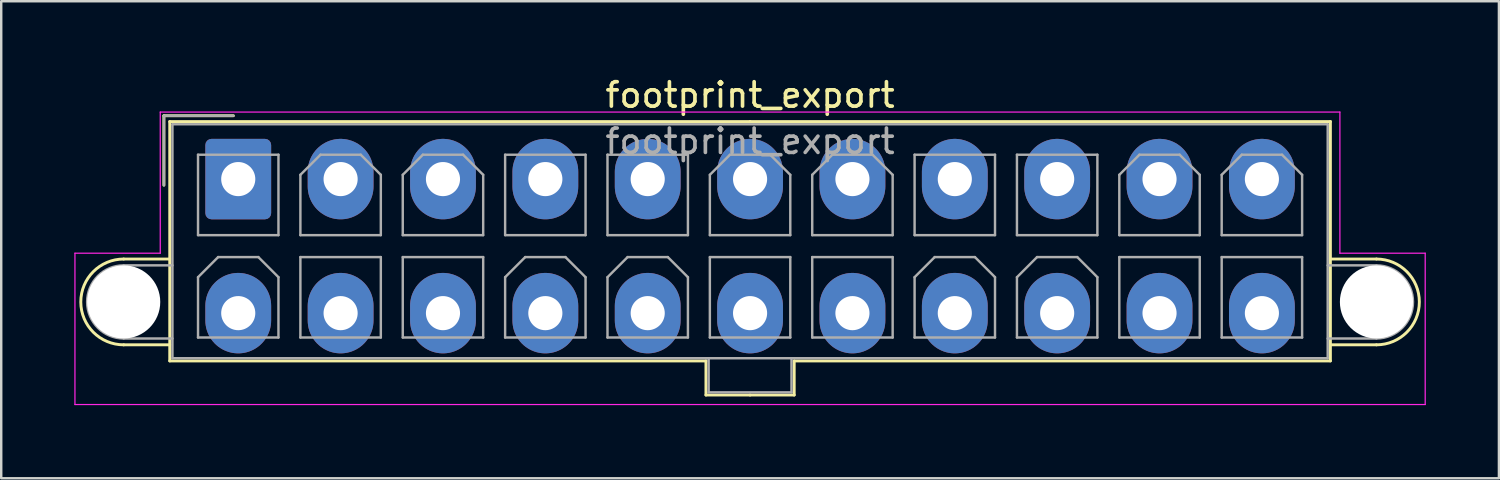
<source format=kicad_pcb>
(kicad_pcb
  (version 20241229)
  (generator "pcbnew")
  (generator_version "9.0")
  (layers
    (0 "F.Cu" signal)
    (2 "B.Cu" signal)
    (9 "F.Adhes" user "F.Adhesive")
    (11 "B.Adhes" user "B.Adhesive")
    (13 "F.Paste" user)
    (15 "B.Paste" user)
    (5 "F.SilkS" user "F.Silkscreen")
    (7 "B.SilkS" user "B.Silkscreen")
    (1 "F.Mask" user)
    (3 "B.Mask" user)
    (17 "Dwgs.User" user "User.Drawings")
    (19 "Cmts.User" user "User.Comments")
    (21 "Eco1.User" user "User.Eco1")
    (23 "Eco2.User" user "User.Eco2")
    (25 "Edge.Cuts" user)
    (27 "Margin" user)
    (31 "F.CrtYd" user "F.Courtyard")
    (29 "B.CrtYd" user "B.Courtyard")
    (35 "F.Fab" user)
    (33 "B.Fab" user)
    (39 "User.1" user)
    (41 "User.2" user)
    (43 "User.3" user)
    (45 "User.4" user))
  (footprint "footprint_export"
    (layer "F.Cu")
    (at 6.725 4.298)
    (property "Reference" "footprint_export" (at 21 -3.45 0) (layer "F.SilkS") (effects (font (size 1 1) (thickness 0.15))))
    (attr through_hole)
    (fp_line (start -4.7 3.28) (end -2.81 3.28) (stroke (width 0.12) (type solid)) (layer "F.SilkS"))
    (fp_line (start -4.7 6.8) (end -2.81 6.8) (stroke (width 0.12) (type solid)) (layer "F.SilkS"))
    (fp_line (start -3.05 -2.6) (end -3.05 0.25) (stroke (width 0.12) (type solid)) (layer "F.SilkS"))
    (fp_line (start -2.81 -2.36) (end -2.81 7.46) (stroke (width 0.12) (type solid)) (layer "F.SilkS"))
    (fp_line (start -2.81 7.46) (end 19.19 7.46) (stroke (width 0.12) (type solid)) (layer "F.SilkS"))
    (fp_line (start -0.2 -2.6) (end -3.05 -2.6) (stroke (width 0.12) (type solid)) (layer "F.SilkS"))
    (fp_line (start 19.19 7.46) (end 19.19 8.86) (stroke (width 0.12) (type solid)) (layer "F.SilkS"))
    (fp_line (start 19.19 8.86) (end 21 8.86) (stroke (width 0.12) (type solid)) (layer "F.SilkS"))
    (fp_line (start 21 -2.36) (end -2.81 -2.36) (stroke (width 0.12) (type solid)) (layer "F.SilkS"))
    (fp_line (start 21 -2.36) (end 44.81 -2.36) (stroke (width 0.12) (type solid)) (layer "F.SilkS"))
    (fp_line (start 22.81 7.46) (end 22.81 8.86) (stroke (width 0.12) (type solid)) (layer "F.SilkS"))
    (fp_line (start 22.81 8.86) (end 21 8.86) (stroke (width 0.12) (type solid)) (layer "F.SilkS"))
    (fp_line (start 44.81 -2.36) (end 44.81 7.46) (stroke (width 0.12) (type solid)) (layer "F.SilkS"))
    (fp_line (start 44.81 7.46) (end 22.81 7.46) (stroke (width 0.12) (type solid)) (layer "F.SilkS"))
    (fp_line (start 46.7 3.28) (end 44.81 3.28) (stroke (width 0.12) (type solid)) (layer "F.SilkS"))
    (fp_line (start 46.7 6.8) (end 44.81 6.8) (stroke (width 0.12) (type solid)) (layer "F.SilkS"))
    (fp_arc (start -4.7 6.8) (mid -6.46 5.04) (end -4.7 3.28) (stroke (width 0.12) (type solid)) (layer "F.SilkS"))
    (fp_arc (start 46.7 3.28) (mid 48.46 5.04) (end 46.7 6.8) (stroke (width 0.12) (type solid)) (layer "F.SilkS"))
    (fp_line (start -6.7 3.04) (end -6.7 9.25) (stroke (width 0.05) (type solid)) (layer "F.CrtYd"))
    (fp_line (start -6.7 9.25) (end 48.7 9.25) (stroke (width 0.05) (type solid)) (layer "F.CrtYd"))
    (fp_line (start -3.2 -2.75) (end -3.2 3.04) (stroke (width 0.05) (type solid)) (layer "F.CrtYd"))
    (fp_line (start -3.2 3.04) (end -6.7 3.04) (stroke (width 0.05) (type solid)) (layer "F.CrtYd"))
    (fp_line (start 45.2 -2.75) (end -3.2 -2.75) (stroke (width 0.05) (type solid)) (layer "F.CrtYd"))
    (fp_line (start 45.2 3.04) (end 45.2 -2.75) (stroke (width 0.05) (type solid)) (layer "F.CrtYd"))
    (fp_line (start 48.7 3.04) (end 45.2 3.04) (stroke (width 0.05) (type solid)) (layer "F.CrtYd"))
    (fp_line (start 48.7 9.25) (end 48.7 3.04) (stroke (width 0.05) (type solid)) (layer "F.CrtYd"))
    (fp_line (start -4.7 3.54) (end -2.7 3.54) (stroke (width 0.1) (type solid)) (layer "F.Fab"))
    (fp_line (start -4.7 6.54) (end -2.7 6.54) (stroke (width 0.1) (type solid)) (layer "F.Fab"))
    (fp_line (start -3.05 -2.6) (end -3.05 0.25) (stroke (width 0.1) (type solid)) (layer "F.Fab"))
    (fp_line (start -2.7 -2.25) (end -2.7 7.35) (stroke (width 0.1) (type solid)) (layer "F.Fab"))
    (fp_line (start -2.7 7.35) (end 44.7 7.35) (stroke (width 0.1) (type solid)) (layer "F.Fab"))
    (fp_line (start -1.65 -1) (end -1.65 2.3) (stroke (width 0.1) (type solid)) (layer "F.Fab"))
    (fp_line (start -1.65 2.3) (end 1.65 2.3) (stroke (width 0.1) (type solid)) (layer "F.Fab"))
    (fp_line (start -1.65 4.025) (end -0.825 3.2) (stroke (width 0.1) (type solid)) (layer "F.Fab"))
    (fp_line (start -1.65 6.5) (end -1.65 4.025) (stroke (width 0.1) (type solid)) (layer "F.Fab"))
    (fp_line (start -0.825 3.2) (end 0.825 3.2) (stroke (width 0.1) (type solid)) (layer "F.Fab"))
    (fp_line (start -0.2 -2.6) (end -3.05 -2.6) (stroke (width 0.1) (type solid)) (layer "F.Fab"))
    (fp_line (start 0.825 3.2) (end 1.65 4.025) (stroke (width 0.1) (type solid)) (layer "F.Fab"))
    (fp_line (start 1.65 -1) (end -1.65 -1) (stroke (width 0.1) (type solid)) (layer "F.Fab"))
    (fp_line (start 1.65 2.3) (end 1.65 -1) (stroke (width 0.1) (type solid)) (layer "F.Fab"))
    (fp_line (start 1.65 4.025) (end 1.65 6.5) (stroke (width 0.1) (type solid)) (layer "F.Fab"))
    (fp_line (start 1.65 6.5) (end -1.65 6.5) (stroke (width 0.1) (type solid)) (layer "F.Fab"))
    (fp_line (start 2.55 -0.175) (end 3.375 -1) (stroke (width 0.1) (type solid)) (layer "F.Fab"))
    (fp_line (start 2.55 2.3) (end 2.55 -0.175) (stroke (width 0.1) (type solid)) (layer "F.Fab"))
    (fp_line (start 2.55 3.2) (end 2.55 6.5) (stroke (width 0.1) (type solid)) (layer "F.Fab"))
    (fp_line (start 2.55 6.5) (end 5.85 6.5) (stroke (width 0.1) (type solid)) (layer "F.Fab"))
    (fp_line (start 3.375 -1) (end 5.025 -1) (stroke (width 0.1) (type solid)) (layer "F.Fab"))
    (fp_line (start 5.025 -1) (end 5.85 -0.175) (stroke (width 0.1) (type solid)) (layer "F.Fab"))
    (fp_line (start 5.85 -0.175) (end 5.85 2.3) (stroke (width 0.1) (type solid)) (layer "F.Fab"))
    (fp_line (start 5.85 2.3) (end 2.55 2.3) (stroke (width 0.1) (type solid)) (layer "F.Fab"))
    (fp_line (start 5.85 3.2) (end 2.55 3.2) (stroke (width 0.1) (type solid)) (layer "F.Fab"))
    (fp_line (start 5.85 6.5) (end 5.85 3.2) (stroke (width 0.1) (type solid)) (layer "F.Fab"))
    (fp_line (start 6.75 -0.175) (end 7.575 -1) (stroke (width 0.1) (type solid)) (layer "F.Fab"))
    (fp_line (start 6.75 2.3) (end 6.75 -0.175) (stroke (width 0.1) (type solid)) (layer "F.Fab"))
    (fp_line (start 6.75 3.2) (end 6.75 6.5) (stroke (width 0.1) (type solid)) (layer "F.Fab"))
    (fp_line (start 6.75 6.5) (end 10.05 6.5) (stroke (width 0.1) (type solid)) (layer "F.Fab"))
    (fp_line (start 7.575 -1) (end 9.225 -1) (stroke (width 0.1) (type solid)) (layer "F.Fab"))
    (fp_line (start 9.225 -1) (end 10.05 -0.175) (stroke (width 0.1) (type solid)) (layer "F.Fab"))
    (fp_line (start 10.05 -0.175) (end 10.05 2.3) (stroke (width 0.1) (type solid)) (layer "F.Fab"))
    (fp_line (start 10.05 2.3) (end 6.75 2.3) (stroke (width 0.1) (type solid)) (layer "F.Fab"))
    (fp_line (start 10.05 3.2) (end 6.75 3.2) (stroke (width 0.1) (type solid)) (layer "F.Fab"))
    (fp_line (start 10.05 6.5) (end 10.05 3.2) (stroke (width 0.1) (type solid)) (layer "F.Fab"))
    (fp_line (start 10.95 -1) (end 10.95 2.3) (stroke (width 0.1) (type solid)) (layer "F.Fab"))
    (fp_line (start 10.95 2.3) (end 14.25 2.3) (stroke (width 0.1) (type solid)) (layer "F.Fab"))
    (fp_line (start 10.95 4.025) (end 11.775 3.2) (stroke (width 0.1) (type solid)) (layer "F.Fab"))
    (fp_line (start 10.95 6.5) (end 10.95 4.025) (stroke (width 0.1) (type solid)) (layer "F.Fab"))
    (fp_line (start 11.775 3.2) (end 13.425 3.2) (stroke (width 0.1) (type solid)) (layer "F.Fab"))
    (fp_line (start 13.425 3.2) (end 14.25 4.025) (stroke (width 0.1) (type solid)) (layer "F.Fab"))
    (fp_line (start 14.25 -1) (end 10.95 -1) (stroke (width 0.1) (type solid)) (layer "F.Fab"))
    (fp_line (start 14.25 2.3) (end 14.25 -1) (stroke (width 0.1) (type solid)) (layer "F.Fab"))
    (fp_line (start 14.25 4.025) (end 14.25 6.5) (stroke (width 0.1) (type solid)) (layer "F.Fab"))
    (fp_line (start 14.25 6.5) (end 10.95 6.5) (stroke (width 0.1) (type solid)) (layer "F.Fab"))
    (fp_line (start 15.15 -1) (end 15.15 2.3) (stroke (width 0.1) (type solid)) (layer "F.Fab"))
    (fp_line (start 15.15 2.3) (end 18.45 2.3) (stroke (width 0.1) (type solid)) (layer "F.Fab"))
    (fp_line (start 15.15 4.025) (end 15.975 3.2) (stroke (width 0.1) (type solid)) (layer "F.Fab"))
    (fp_line (start 15.15 6.5) (end 15.15 4.025) (stroke (width 0.1) (type solid)) (layer "F.Fab"))
    (fp_line (start 15.975 3.2) (end 17.625 3.2) (stroke (width 0.1) (type solid)) (layer "F.Fab"))
    (fp_line (start 17.625 3.2) (end 18.45 4.025) (stroke (width 0.1) (type solid)) (layer "F.Fab"))
    (fp_line (start 18.45 -1) (end 15.15 -1) (stroke (width 0.1) (type solid)) (layer "F.Fab"))
    (fp_line (start 18.45 2.3) (end 18.45 -1) (stroke (width 0.1) (type solid)) (layer "F.Fab"))
    (fp_line (start 18.45 4.025) (end 18.45 6.5) (stroke (width 0.1) (type solid)) (layer "F.Fab"))
    (fp_line (start 18.45 6.5) (end 15.15 6.5) (stroke (width 0.1) (type solid)) (layer "F.Fab"))
    (fp_line (start 19.3 7.35) (end 19.3 8.75) (stroke (width 0.1) (type solid)) (layer "F.Fab"))
    (fp_line (start 19.3 8.75) (end 22.7 8.75) (stroke (width 0.1) (type solid)) (layer "F.Fab"))
    (fp_line (start 19.35 -0.175) (end 20.175 -1) (stroke (width 0.1) (type solid)) (layer "F.Fab"))
    (fp_line (start 19.35 2.3) (end 19.35 -0.175) (stroke (width 0.1) (type solid)) (layer "F.Fab"))
    (fp_line (start 19.35 3.2) (end 19.35 6.5) (stroke (width 0.1) (type solid)) (layer "F.Fab"))
    (fp_line (start 19.35 6.5) (end 22.65 6.5) (stroke (width 0.1) (type solid)) (layer "F.Fab"))
    (fp_line (start 20.175 -1) (end 21.825 -1) (stroke (width 0.1) (type solid)) (layer "F.Fab"))
    (fp_line (start 21.825 -1) (end 22.65 -0.175) (stroke (width 0.1) (type solid)) (layer "F.Fab"))
    (fp_line (start 22.65 -0.175) (end 22.65 2.3) (stroke (width 0.1) (type solid)) (layer "F.Fab"))
    (fp_line (start 22.65 2.3) (end 19.35 2.3) (stroke (width 0.1) (type solid)) (layer "F.Fab"))
    (fp_line (start 22.65 3.2) (end 19.35 3.2) (stroke (width 0.1) (type solid)) (layer "F.Fab"))
    (fp_line (start 22.65 6.5) (end 22.65 3.2) (stroke (width 0.1) (type solid)) (layer "F.Fab"))
    (fp_line (start 22.7 8.75) (end 22.7 7.35) (stroke (width 0.1) (type solid)) (layer "F.Fab"))
    (fp_line (start 23.55 -0.175) (end 24.375 -1) (stroke (width 0.1) (type solid)) (layer "F.Fab"))
    (fp_line (start 23.55 2.3) (end 23.55 -0.175) (stroke (width 0.1) (type solid)) (layer "F.Fab"))
    (fp_line (start 23.55 3.2) (end 23.55 6.5) (stroke (width 0.1) (type solid)) (layer "F.Fab"))
    (fp_line (start 23.55 6.5) (end 26.85 6.5) (stroke (width 0.1) (type solid)) (layer "F.Fab"))
    (fp_line (start 24.375 -1) (end 26.025 -1) (stroke (width 0.1) (type solid)) (layer "F.Fab"))
    (fp_line (start 26.025 -1) (end 26.85 -0.175) (stroke (width 0.1) (type solid)) (layer "F.Fab"))
    (fp_line (start 26.85 -0.175) (end 26.85 2.3) (stroke (width 0.1) (type solid)) (layer "F.Fab"))
    (fp_line (start 26.85 2.3) (end 23.55 2.3) (stroke (width 0.1) (type solid)) (layer "F.Fab"))
    (fp_line (start 26.85 3.2) (end 23.55 3.2) (stroke (width 0.1) (type solid)) (layer "F.Fab"))
    (fp_line (start 26.85 6.5) (end 26.85 3.2) (stroke (width 0.1) (type solid)) (layer "F.Fab"))
    (fp_line (start 27.75 -1) (end 27.75 2.3) (stroke (width 0.1) (type solid)) (layer "F.Fab"))
    (fp_line (start 27.75 2.3) (end 31.05 2.3) (stroke (width 0.1) (type solid)) (layer "F.Fab"))
    (fp_line (start 27.75 4.025) (end 28.575 3.2) (stroke (width 0.1) (type solid)) (layer "F.Fab"))
    (fp_line (start 27.75 6.5) (end 27.75 4.025) (stroke (width 0.1) (type solid)) (layer "F.Fab"))
    (fp_line (start 28.575 3.2) (end 30.225 3.2) (stroke (width 0.1) (type solid)) (layer "F.Fab"))
    (fp_line (start 30.225 3.2) (end 31.05 4.025) (stroke (width 0.1) (type solid)) (layer "F.Fab"))
    (fp_line (start 31.05 -1) (end 27.75 -1) (stroke (width 0.1) (type solid)) (layer "F.Fab"))
    (fp_line (start 31.05 2.3) (end 31.05 -1) (stroke (width 0.1) (type solid)) (layer "F.Fab"))
    (fp_line (start 31.05 4.025) (end 31.05 6.5) (stroke (width 0.1) (type solid)) (layer "F.Fab"))
    (fp_line (start 31.05 6.5) (end 27.75 6.5) (stroke (width 0.1) (type solid)) (layer "F.Fab"))
    (fp_line (start 31.95 -1) (end 31.95 2.3) (stroke (width 0.1) (type solid)) (layer "F.Fab"))
    (fp_line (start 31.95 2.3) (end 35.25 2.3) (stroke (width 0.1) (type solid)) (layer "F.Fab"))
    (fp_line (start 31.95 4.025) (end 32.775 3.2) (stroke (width 0.1) (type solid)) (layer "F.Fab"))
    (fp_line (start 31.95 6.5) (end 31.95 4.025) (stroke (width 0.1) (type solid)) (layer "F.Fab"))
    (fp_line (start 32.775 3.2) (end 34.425 3.2) (stroke (width 0.1) (type solid)) (layer "F.Fab"))
    (fp_line (start 34.425 3.2) (end 35.25 4.025) (stroke (width 0.1) (type solid)) (layer "F.Fab"))
    (fp_line (start 35.25 -1) (end 31.95 -1) (stroke (width 0.1) (type solid)) (layer "F.Fab"))
    (fp_line (start 35.25 2.3) (end 35.25 -1) (stroke (width 0.1) (type solid)) (layer "F.Fab"))
    (fp_line (start 35.25 4.025) (end 35.25 6.5) (stroke (width 0.1) (type solid)) (layer "F.Fab"))
    (fp_line (start 35.25 6.5) (end 31.95 6.5) (stroke (width 0.1) (type solid)) (layer "F.Fab"))
    (fp_line (start 36.15 -0.175) (end 36.975 -1) (stroke (width 0.1) (type solid)) (layer "F.Fab"))
    (fp_line (start 36.15 2.3) (end 36.15 -0.175) (stroke (width 0.1) (type solid)) (layer "F.Fab"))
    (fp_line (start 36.15 3.2) (end 36.15 6.5) (stroke (width 0.1) (type solid)) (layer "F.Fab"))
    (fp_line (start 36.15 6.5) (end 39.45 6.5) (stroke (width 0.1) (type solid)) (layer "F.Fab"))
    (fp_line (start 36.975 -1) (end 38.625 -1) (stroke (width 0.1) (type solid)) (layer "F.Fab"))
    (fp_line (start 38.625 -1) (end 39.45 -0.175) (stroke (width 0.1) (type solid)) (layer "F.Fab"))
    (fp_line (start 39.45 -0.175) (end 39.45 2.3) (stroke (width 0.1) (type solid)) (layer "F.Fab"))
    (fp_line (start 39.45 2.3) (end 36.15 2.3) (stroke (width 0.1) (type solid)) (layer "F.Fab"))
    (fp_line (start 39.45 3.2) (end 36.15 3.2) (stroke (width 0.1) (type solid)) (layer "F.Fab"))
    (fp_line (start 39.45 6.5) (end 39.45 3.2) (stroke (width 0.1) (type solid)) (layer "F.Fab"))
    (fp_line (start 40.35 -0.175) (end 41.175 -1) (stroke (width 0.1) (type solid)) (layer "F.Fab"))
    (fp_line (start 40.35 2.3) (end 40.35 -0.175) (stroke (width 0.1) (type solid)) (layer "F.Fab"))
    (fp_line (start 40.35 3.2) (end 40.35 6.5) (stroke (width 0.1) (type solid)) (layer "F.Fab"))
    (fp_line (start 40.35 6.5) (end 43.65 6.5) (stroke (width 0.1) (type solid)) (layer "F.Fab"))
    (fp_line (start 41.175 -1) (end 42.825 -1) (stroke (width 0.1) (type solid)) (layer "F.Fab"))
    (fp_line (start 42.825 -1) (end 43.65 -0.175) (stroke (width 0.1) (type solid)) (layer "F.Fab"))
    (fp_line (start 43.65 -0.175) (end 43.65 2.3) (stroke (width 0.1) (type solid)) (layer "F.Fab"))
    (fp_line (start 43.65 2.3) (end 40.35 2.3) (stroke (width 0.1) (type solid)) (layer "F.Fab"))
    (fp_line (start 43.65 3.2) (end 40.35 3.2) (stroke (width 0.1) (type solid)) (layer "F.Fab"))
    (fp_line (start 43.65 6.5) (end 43.65 3.2) (stroke (width 0.1) (type solid)) (layer "F.Fab"))
    (fp_line (start 44.7 -2.25) (end -2.7 -2.25) (stroke (width 0.1) (type solid)) (layer "F.Fab"))
    (fp_line (start 44.7 7.35) (end 44.7 -2.25) (stroke (width 0.1) (type solid)) (layer "F.Fab"))
    (fp_line (start 46.7 3.54) (end 44.7 3.54) (stroke (width 0.1) (type solid)) (layer "F.Fab"))
    (fp_line (start 46.7 6.54) (end 44.7 6.54) (stroke (width 0.1) (type solid)) (layer "F.Fab"))
    (fp_arc (start -4.7 6.54) (mid -6.2 5.04) (end -4.7 3.54) (stroke (width 0.1) (type solid)) (layer "F.Fab"))
    (fp_arc (start 46.7 3.54) (mid 48.2 5.04) (end 46.7 6.54) (stroke (width 0.1) (type solid)) (layer "F.Fab"))
    (fp_text user "${REFERENCE}" (at 21 -1.55 0) (layer "F.Fab") (effects (font (size 1 1) (thickness 0.15))))
    (pad "" np_thru_hole circle (at -4.7 5.04) (size 3 3) (drill 3) (layers "*.Cu" "*.Mask"))
    (pad "" np_thru_hole circle (at 46.7 5.04) (size 3 3) (drill 3) (layers "*.Cu" "*.Mask"))
    (pad "1" thru_hole roundrect (at 0 0) (size 2.7 3.3) (drill 1.4) (layers "*.Cu" "*.Mask") (roundrect_rratio 0.093))
    (pad "2" thru_hole oval (at 4.2 0) (size 2.7 3.3) (drill 1.4) (layers "*.Cu" "*.Mask"))
    (pad "3" thru_hole oval (at 8.4 0) (size 2.7 3.3) (drill 1.4) (layers "*.Cu" "*.Mask"))
    (pad "4" thru_hole oval (at 12.6 0) (size 2.7 3.3) (drill 1.4) (layers "*.Cu" "*.Mask"))
    (pad "5" thru_hole oval (at 16.8 0) (size 2.7 3.3) (drill 1.4) (layers "*.Cu" "*.Mask"))
    (pad "6" thru_hole oval (at 21 0) (size 2.7 3.3) (drill 1.4) (layers "*.Cu" "*.Mask"))
    (pad "7" thru_hole oval (at 25.2 0) (size 2.7 3.3) (drill 1.4) (layers "*.Cu" "*.Mask"))
    (pad "8" thru_hole oval (at 29.4 0) (size 2.7 3.3) (drill 1.4) (layers "*.Cu" "*.Mask"))
    (pad "9" thru_hole oval (at 33.6 0) (size 2.7 3.3) (drill 1.4) (layers "*.Cu" "*.Mask"))
    (pad "10" thru_hole oval (at 37.8 0) (size 2.7 3.3) (drill 1.4) (layers "*.Cu" "*.Mask"))
    (pad "11" thru_hole oval (at 42 0) (size 2.7 3.3) (drill 1.4) (layers "*.Cu" "*.Mask"))
    (pad "12" thru_hole oval (at 0 5.5) (size 2.7 3.3) (drill 1.4) (layers "*.Cu" "*.Mask"))
    (pad "13" thru_hole oval (at 4.2 5.5) (size 2.7 3.3) (drill 1.4) (layers "*.Cu" "*.Mask"))
    (pad "14" thru_hole oval (at 8.4 5.5) (size 2.7 3.3) (drill 1.4) (layers "*.Cu" "*.Mask"))
    (pad "15" thru_hole oval (at 12.6 5.5) (size 2.7 3.3) (drill 1.4) (layers "*.Cu" "*.Mask"))
    (pad "16" thru_hole oval (at 16.8 5.5) (size 2.7 3.3) (drill 1.4) (layers "*.Cu" "*.Mask"))
    (pad "17" thru_hole oval (at 21 5.5) (size 2.7 3.3) (drill 1.4) (layers "*.Cu" "*.Mask"))
    (pad "18" thru_hole oval (at 25.2 5.5) (size 2.7 3.3) (drill 1.4) (layers "*.Cu" "*.Mask"))
    (pad "19" thru_hole oval (at 29.4 5.5) (size 2.7 3.3) (drill 1.4) (layers "*.Cu" "*.Mask"))
    (pad "20" thru_hole oval (at 33.6 5.5) (size 2.7 3.3) (drill 1.4) (layers "*.Cu" "*.Mask"))
    (pad "21" thru_hole oval (at 37.8 5.5) (size 2.7 3.3) (drill 1.4) (layers "*.Cu" "*.Mask"))
    (pad "22" thru_hole oval (at 42 5.5) (size 2.7 3.3) (drill 1.4) (layers "*.Cu" "*.Mask")))
  (gr_rect
    (start -3 -3)
    (end 58.45 16.573)
    (stroke (width 0.1) (type default))
    (fill no)
    (layer "Edge.Cuts")))
</source>
